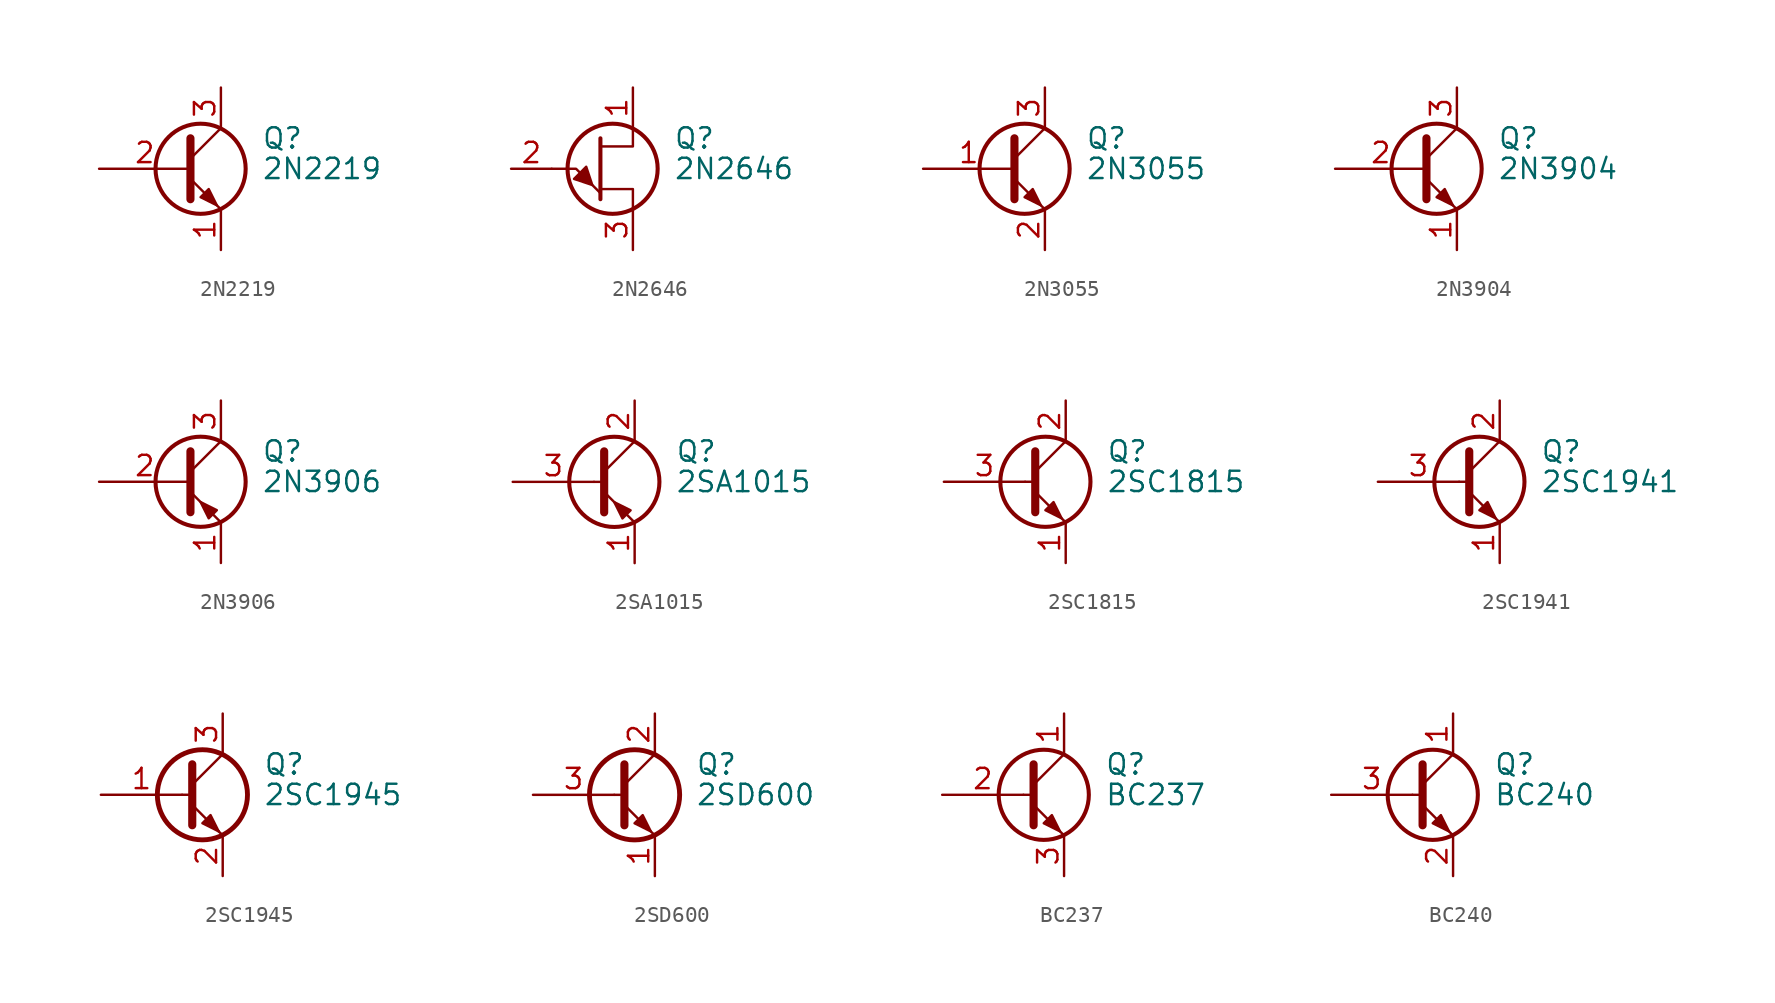
<source format=kicad_sym>
(kicad_symbol_lib
  (version 20220914)
  (generator kicad_symbol_editor)
  (symbol "2N2219"
    (pin_names
      (offset 0) hide)
    (property "Reference" "Q"
      (at 5.08 1.905 0)
      (effects (font (size 1.27 1.27)) (justify left)))
    (property "Value" "2N2219"
      (at 5.08 0 0)
      (effects (font (size 1.27 1.27)) (justify left)))
    (symbol "2N2219_0_1"
      (polyline (pts (xy 0.635 0.635) (xy 2.54 2.54)) (stroke (width 0) (type default)) (fill (type none)))
      (polyline (pts (xy 0.635 -0.635) (xy 2.54 -2.54) (xy 2.54 -2.54)) (stroke (width 0) (type default)) (fill (type none)))
      (polyline (pts (xy 0.635 1.905) (xy 0.635 -1.905) (xy 0.635 -1.905)) (stroke (width 0.508) (type default)) (fill (type none)))
      (polyline (pts (xy 1.27 -1.778) (xy 1.778 -1.27) (xy 2.286 -2.286) (xy 1.27 -1.778) (xy 1.27 -1.778)) (stroke (width 0) (type default)) (fill (type outline)))
      (circle (center 1.27 0) (radius 2.819) (stroke (width 0.254) (type default)) (fill (type none))))
    (symbol "2N2219_1_1"
      (pin passive line (at 2.54 -5.08 90) (length 2.54) (name "E" (effects (font (size 1.27 1.27)))) (number "1" (effects (font (size 1.27 1.27)))))
      (pin passive line (at -5.08 0 0) (length 5.715) (name "B" (effects (font (size 1.27 1.27)))) (number "2" (effects (font (size 1.27 1.27)))))
      (pin passive line (at 2.54 5.08 270) (length 2.54) (name "C" (effects (font (size 1.27 1.27)))) (number "3" (effects (font (size 1.27 1.27)))))))
  (symbol "2N2646"
    (pin_names
      (offset 0) hide)
    (property "Reference" "Q"
      (at 5.08 1.905 0)
      (effects (font (size 1.27 1.27)) (justify left)))
    (property "Value" "2N2646"
      (at 5.08 0 0)
      (effects (font (size 1.27 1.27)) (justify left)))
    (symbol "2N2646_0_1"
      (polyline (pts (xy -2.54 0) (xy -1.016 0) (xy 0.508 -1.524)) (stroke (width 0) (type default)) (fill (type none)))
      (polyline (pts (xy 0.508 1.905) (xy 0.508 -1.905) (xy 0.508 -1.905)) (stroke (width 0.254) (type default)) (fill (type none)))
      (polyline (pts (xy 2.54 -2.54) (xy 2.54 -1.27) (xy 0.508 -1.27)) (stroke (width 0) (type default)) (fill (type none)))
      (polyline (pts (xy 2.54 2.54) (xy 2.54 1.397) (xy 0.508 1.397)) (stroke (width 0) (type default)) (fill (type none)))
      (polyline (pts (xy 0 -1.016) (xy -0.381 0.127) (xy -1.143 -0.635) (xy 0 -1.016)) (stroke (width 0) (type default)) (fill (type outline)))
      (circle (center 1.27 0) (radius 2.819) (stroke (width 0.254) (type default)) (fill (type none))))
    (symbol "2N2646_1_1"
      (pin passive line (at 2.54 5.08 270) (length 2.54) (name "B2" (effects (font (size 1.27 1.27)))) (number "1" (effects (font (size 1.27 1.27)))))
      (pin input line (at -5.08 0 0) (length 2.54) (name "E" (effects (font (size 1.27 1.27)))) (number "2" (effects (font (size 1.27 1.27)))))
      (pin passive line (at 2.54 -5.08 90) (length 2.54) (name "B1" (effects (font (size 1.27 1.27)))) (number "3" (effects (font (size 1.27 1.27)))))))
  (symbol "2N3055"
    (pin_names
      (offset 0) hide)
    (property "Reference" "Q"
      (at 5.08 1.905 0)
      (effects (font (size 1.27 1.27)) (justify left)))
    (property "Value" "2N3055"
      (at 5.08 0 0)
      (effects (font (size 1.27 1.27)) (justify left)))
    (symbol "2N3055_0_1"
      (polyline (pts (xy 0.635 0.635) (xy 2.54 2.54)) (stroke (width 0) (type default)) (fill (type none)))
      (polyline (pts (xy 0.635 -0.635) (xy 2.54 -2.54) (xy 2.54 -2.54)) (stroke (width 0) (type default)) (fill (type none)))
      (polyline (pts (xy 0.635 1.905) (xy 0.635 -1.905) (xy 0.635 -1.905)) (stroke (width 0.508) (type default)) (fill (type none)))
      (polyline (pts (xy 1.27 -1.778) (xy 1.778 -1.27) (xy 2.286 -2.286) (xy 1.27 -1.778) (xy 1.27 -1.778)) (stroke (width 0) (type default)) (fill (type outline)))
      (circle (center 1.27 0) (radius 2.819) (stroke (width 0.254) (type default)) (fill (type none))))
    (symbol "2N3055_1_1"
      (pin input line (at -5.08 0 0) (length 5.715) (name "B" (effects (font (size 1.27 1.27)))) (number "1" (effects (font (size 1.27 1.27)))))
      (pin passive line (at 2.54 -5.08 90) (length 2.54) (name "E" (effects (font (size 1.27 1.27)))) (number "2" (effects (font (size 1.27 1.27)))))
      (pin passive line (at 2.54 5.08 270) (length 2.54) (name "C" (effects (font (size 1.27 1.27)))) (number "3" (effects (font (size 1.27 1.27)))))))
  (symbol "2N3904"
    (pin_names
      (offset 0) hide)
    (property "Reference" "Q"
      (at 5.08 1.905 0)
      (effects (font (size 1.27 1.27)) (justify left)))
    (property "Value" "2N3904"
      (at 5.08 0 0)
      (effects (font (size 1.27 1.27)) (justify left)))
    (symbol "2N3904_0_1"
      (polyline (pts (xy 0.635 0.635) (xy 2.54 2.54)) (stroke (width 0) (type default)) (fill (type none)))
      (polyline (pts (xy 0.635 -0.635) (xy 2.54 -2.54) (xy 2.54 -2.54)) (stroke (width 0) (type default)) (fill (type none)))
      (polyline (pts (xy 0.635 1.905) (xy 0.635 -1.905) (xy 0.635 -1.905)) (stroke (width 0.508) (type default)) (fill (type none)))
      (polyline (pts (xy 1.27 -1.778) (xy 1.778 -1.27) (xy 2.286 -2.286) (xy 1.27 -1.778) (xy 1.27 -1.778)) (stroke (width 0) (type default)) (fill (type outline)))
      (circle (center 1.27 0) (radius 2.819) (stroke (width 0.254) (type default)) (fill (type none))))
    (symbol "2N3904_1_1"
      (pin passive line (at 2.54 -5.08 90) (length 2.54) (name "E" (effects (font (size 1.27 1.27)))) (number "1" (effects (font (size 1.27 1.27)))))
      (pin passive line (at -5.08 0 0) (length 5.715) (name "B" (effects (font (size 1.27 1.27)))) (number "2" (effects (font (size 1.27 1.27)))))
      (pin passive line (at 2.54 5.08 270) (length 2.54) (name "C" (effects (font (size 1.27 1.27)))) (number "3" (effects (font (size 1.27 1.27)))))))
  (symbol "2N3906"
    (pin_names
      (offset 0) hide)
    (property "Reference" "Q"
      (at 5.08 1.905 0)
      (effects (font (size 1.27 1.27)) (justify left)))
    (property "Value" "2N3906"
      (at 5.08 0 0)
      (effects (font (size 1.27 1.27)) (justify left)))
    (symbol "2N3906_0_1"
      (polyline (pts (xy 0.635 0.635) (xy 2.54 2.54)) (stroke (width 0) (type default)) (fill (type none)))
      (polyline (pts (xy 0.635 -0.635) (xy 2.54 -2.54) (xy 2.54 -2.54)) (stroke (width 0) (type default)) (fill (type none)))
      (polyline (pts (xy 0.635 1.905) (xy 0.635 -1.905) (xy 0.635 -1.905)) (stroke (width 0.508) (type default)) (fill (type none)))
      (polyline (pts (xy 2.286 -1.778) (xy 1.778 -2.286) (xy 1.27 -1.27) (xy 2.286 -1.778) (xy 2.286 -1.778)) (stroke (width 0) (type default)) (fill (type outline)))
      (circle (center 1.27 0) (radius 2.819) (stroke (width 0.254) (type default)) (fill (type none))))
    (symbol "2N3906_1_1"
      (pin passive line (at 2.54 -5.08 90) (length 2.54) (name "E" (effects (font (size 1.27 1.27)))) (number "1" (effects (font (size 1.27 1.27)))))
      (pin input line (at -5.08 0 0) (length 5.715) (name "B" (effects (font (size 1.27 1.27)))) (number "2" (effects (font (size 1.27 1.27)))))
      (pin passive line (at 2.54 5.08 270) (length 2.54) (name "C" (effects (font (size 1.27 1.27)))) (number "3" (effects (font (size 1.27 1.27)))))))
  (symbol "2SA1015"
    (pin_names
      (offset 0) hide)
    (property "Reference" "Q"
      (at 5.08 1.905 0)
      (effects (font (size 1.27 1.27)) (justify left)))
    (property "Value" "2SA1015"
      (at 5.08 0 0)
      (effects (font (size 1.27 1.27)) (justify left)))
    (symbol "2SA1015_0_1"
      (polyline (pts (xy 0 0) (xy 0.635 0)) (stroke (width 0) (type default)) (fill (type none)))
      (polyline (pts (xy 2.54 -2.54) (xy 0.635 -0.635)) (stroke (width 0) (type default)) (fill (type none)))
      (polyline (pts (xy 2.54 2.54) (xy 0.635 0.635)) (stroke (width 0) (type default)) (fill (type none)))
      (polyline (pts (xy 0.635 1.905) (xy 0.635 -1.905) (xy 0.635 -1.905)) (stroke (width 0.508) (type default)) (fill (type outline)))
      (polyline (pts (xy 1.778 -2.286) (xy 2.286 -1.778) (xy 1.27 -1.27) (xy 1.778 -2.286) (xy 1.778 -2.286)) (stroke (width 0) (type default)) (fill (type outline)))
      (circle (center 1.27 0) (radius 2.819) (stroke (width 0.254) (type default)) (fill (type none))))
    (symbol "2SA1015_1_1"
      (pin passive line (at 2.54 -5.08 90) (length 2.54) (name "E" (effects (font (size 1.27 1.27)))) (number "1" (effects (font (size 1.27 1.27)))))
      (pin passive line (at 2.54 5.08 270) (length 2.54) (name "C" (effects (font (size 1.27 1.27)))) (number "2" (effects (font (size 1.27 1.27)))))
      (pin input line (at -5.08 0 0) (length 5.08) (name "B" (effects (font (size 1.27 1.27)))) (number "3" (effects (font (size 1.27 1.27)))))))
  (symbol "2SC1815"
    (pin_names
      (offset 0) hide)
    (property "Reference" "Q"
      (at 5.08 1.905 0)
      (effects (font (size 1.27 1.27)) (justify left)))
    (property "Value" "2SC1815"
      (at 5.08 0 0)
      (effects (font (size 1.27 1.27)) (justify left)))
    (symbol "2SC1815_0_1"
      (polyline (pts (xy 0 0) (xy 0.508 0)) (stroke (width 0) (type default)) (fill (type none)))
      (polyline (pts (xy 0.635 0.635) (xy 2.54 2.54)) (stroke (width 0) (type default)) (fill (type none)))
      (polyline (pts (xy 0.635 -0.635) (xy 2.54 -2.54) (xy 2.54 -2.54)) (stroke (width 0) (type default)) (fill (type none)))
      (polyline (pts (xy 0.635 1.905) (xy 0.635 -1.905) (xy 0.635 -1.905)) (stroke (width 0.508) (type default)) (fill (type none)))
      (polyline (pts (xy 1.27 -1.778) (xy 1.778 -1.27) (xy 2.286 -2.286) (xy 1.27 -1.778) (xy 1.27 -1.778)) (stroke (width 0) (type default)) (fill (type outline)))
      (circle (center 1.27 0) (radius 2.819) (stroke (width 0.254) (type default)) (fill (type none))))
    (symbol "2SC1815_1_1"
      (pin passive line (at 2.54 -5.08 90) (length 2.54) (name "E" (effects (font (size 1.27 1.27)))) (number "1" (effects (font (size 1.27 1.27)))))
      (pin passive line (at 2.54 5.08 270) (length 2.54) (name "C" (effects (font (size 1.27 1.27)))) (number "2" (effects (font (size 1.27 1.27)))))
      (pin input line (at -5.08 0 0) (length 5.08) (name "B" (effects (font (size 1.27 1.27)))) (number "3" (effects (font (size 1.27 1.27)))))))
  (symbol "2SC1941"
    (pin_names
      (offset 0) hide)
    (property "Reference" "Q"
      (at 5.08 1.905 0)
      (effects (font (size 1.27 1.27)) (justify left)))
    (property "Value" "2SC1941"
      (at 5.08 0 0)
      (effects (font (size 1.27 1.27)) (justify left)))
    (symbol "2SC1941_0_1"
      (polyline (pts (xy 0 0) (xy 0.635 0)) (stroke (width 0) (type default)) (fill (type none)))
      (polyline (pts (xy 0.635 0.635) (xy 2.54 2.54)) (stroke (width 0) (type default)) (fill (type none)))
      (polyline (pts (xy 0.635 -0.635) (xy 2.54 -2.54) (xy 2.54 -2.54)) (stroke (width 0) (type default)) (fill (type none)))
      (polyline (pts (xy 0.635 1.905) (xy 0.635 -1.905) (xy 0.635 -1.905)) (stroke (width 0.508) (type default)) (fill (type none)))
      (polyline (pts (xy 1.27 -1.778) (xy 1.778 -1.27) (xy 2.286 -2.286) (xy 1.27 -1.778) (xy 1.27 -1.778)) (stroke (width 0) (type default)) (fill (type outline)))
      (circle (center 1.27 0) (radius 2.819) (stroke (width 0.254) (type default)) (fill (type none))))
    (symbol "2SC1941_1_1"
      (pin passive line (at 2.54 -5.08 90) (length 2.54) (name "E" (effects (font (size 1.27 1.27)))) (number "1" (effects (font (size 1.27 1.27)))))
      (pin passive line (at 2.54 5.08 270) (length 2.54) (name "C" (effects (font (size 1.27 1.27)))) (number "2" (effects (font (size 1.27 1.27)))))
      (pin input line (at -5.08 0 0) (length 5.08) (name "B" (effects (font (size 1.27 1.27)))) (number "3" (effects (font (size 1.27 1.27)))))))
  (symbol "2SC1945"
    (pin_names
      (offset 0) hide)
    (property "Reference" "Q"
      (at 5.08 1.905 0)
      (effects (font (size 1.27 1.27)) (justify left)))
    (property "Value" "2SC1945"
      (at 5.08 0 0)
      (effects (font (size 1.27 1.27)) (justify left)))
    (symbol "2SC1945_0_1"
      (polyline (pts (xy 0 0) (xy 0.635 0)) (stroke (width 0) (type default)) (fill (type none)))
      (polyline (pts (xy 2.54 2.54) (xy 0.635 0.635)) (stroke (width 0) (type default)) (fill (type none)))
      (polyline (pts (xy 0.635 1.905) (xy 0.635 -1.905) (xy 0.635 -1.905)) (stroke (width 0.508) (type default)) (fill (type none)))
      (polyline (pts (xy 2.286 -2.286) (xy 1.778 -1.778) (xy 1.778 -1.778)) (stroke (width 0) (type default)) (fill (type none)))
      (polyline (pts (xy 2.54 -2.54) (xy 0.635 -0.635) (xy 1.27 -1.27)) (stroke (width 0) (type default)) (fill (type outline)))
      (polyline (pts (xy 1.27 -1.778) (xy 1.778 -1.27) (xy 2.286 -2.286) (xy 1.27 -1.778) (xy 1.27 -1.778)) (stroke (width 0) (type default)) (fill (type outline)))
      (circle (center 1.27 0) (radius 2.819) (stroke (width 0.305) (type default)) (fill (type none))))
    (symbol "2SC1945_1_1"
      (pin input line (at -5.08 0 0) (length 5.08) (name "B" (effects (font (size 1.27 1.27)))) (number "1" (effects (font (size 1.27 1.27)))))
      (pin passive line (at 2.54 -5.08 90) (length 2.54) (name "E" (effects (font (size 1.27 1.27)))) (number "2" (effects (font (size 1.27 1.27)))))
      (pin passive line (at 2.54 5.08 270) (length 2.54) (name "C" (effects (font (size 1.27 1.27)))) (number "3" (effects (font (size 1.27 1.27)))))))
  (symbol "2SD600"
    (pin_names
      (offset 0) hide)
    (property "Reference" "Q"
      (at 5.08 1.905 0)
      (effects (font (size 1.27 1.27)) (justify left)))
    (property "Value" "2SD600"
      (at 5.08 0 0)
      (effects (font (size 1.27 1.27)) (justify left)))
    (symbol "2SD600_0_1"
      (polyline (pts (xy 0 0) (xy 0.635 0)) (stroke (width 0) (type default)) (fill (type none)))
      (polyline (pts (xy 2.54 -2.54) (xy 0.635 -0.635)) (stroke (width 0) (type default)) (fill (type none)))
      (polyline (pts (xy 2.54 2.54) (xy 0.635 0.635)) (stroke (width 0) (type default)) (fill (type none)))
      (polyline (pts (xy 0.635 1.905) (xy 0.635 -1.905) (xy 0.635 -1.905)) (stroke (width 0.508) (type default)) (fill (type outline)))
      (polyline (pts (xy 1.27 -1.778) (xy 1.778 -1.27) (xy 2.286 -2.286) (xy 1.27 -1.778) (xy 1.27 -1.778)) (stroke (width 0) (type default)) (fill (type outline)))
      (circle (center 1.27 0) (radius 2.819) (stroke (width 0.305) (type default)) (fill (type none))))
    (symbol "2SD600_1_1"
      (pin passive line (at 2.54 -5.08 90) (length 2.54) (name "E" (effects (font (size 1.27 1.27)))) (number "1" (effects (font (size 1.27 1.27)))))
      (pin passive line (at 2.54 5.08 270) (length 2.54) (name "C" (effects (font (size 1.27 1.27)))) (number "2" (effects (font (size 1.27 1.27)))))
      (pin input line (at -5.08 0 0) (length 5.08) (name "B" (effects (font (size 1.27 1.27)))) (number "3" (effects (font (size 1.27 1.27)))))))
  (symbol "BC237"
    (pin_names
      (offset 0) hide)
    (property "Reference" "Q"
      (at 5.08 1.905 0)
      (effects (font (size 1.27 1.27)) (justify left)))
    (property "Value" "BC237"
      (at 5.08 0 0)
      (effects (font (size 1.27 1.27)) (justify left)))
    (symbol "BC237_0_1"
      (polyline (pts (xy 0 0) (xy 0.635 0)) (stroke (width 0) (type default)) (fill (type none)))
      (polyline (pts (xy 0.635 0.635) (xy 2.54 2.54)) (stroke (width 0) (type default)) (fill (type none)))
      (polyline (pts (xy 0.635 -0.635) (xy 2.54 -2.54) (xy 2.54 -2.54)) (stroke (width 0) (type default)) (fill (type none)))
      (polyline (pts (xy 0.635 1.905) (xy 0.635 -1.905) (xy 0.635 -1.905)) (stroke (width 0.508) (type default)) (fill (type none)))
      (polyline (pts (xy 1.27 -1.778) (xy 1.778 -1.27) (xy 2.286 -2.286) (xy 1.27 -1.778) (xy 1.27 -1.778)) (stroke (width 0) (type default)) (fill (type outline)))
      (circle (center 1.27 0) (radius 2.819) (stroke (width 0.254) (type default)) (fill (type none))))
    (symbol "BC237_1_1"
      (pin passive line (at 2.54 5.08 270) (length 2.54) (name "C" (effects (font (size 1.27 1.27)))) (number "1" (effects (font (size 1.27 1.27)))))
      (pin input line (at -5.08 0 0) (length 5.08) (name "B" (effects (font (size 1.27 1.27)))) (number "2" (effects (font (size 1.27 1.27)))))
      (pin passive line (at 2.54 -5.08 90) (length 2.54) (name "E" (effects (font (size 1.27 1.27)))) (number "3" (effects (font (size 1.27 1.27)))))))
  (symbol "BC240"
    (pin_names
      (offset 0) hide)
    (property "Reference" "Q"
      (at 5.08 1.905 0)
      (effects (font (size 1.27 1.27)) (justify left)))
    (property "Value" "BC240"
      (at 5.08 0 0)
      (effects (font (size 1.27 1.27)) (justify left)))
    (symbol "BC240_0_1"
      (polyline (pts (xy 0 0) (xy 0.635 0)) (stroke (width 0) (type default)) (fill (type none)))
      (polyline (pts (xy 0.635 0.635) (xy 2.54 2.54)) (stroke (width 0) (type default)) (fill (type none)))
      (polyline (pts (xy 0.635 -0.635) (xy 2.54 -2.54) (xy 2.54 -2.54)) (stroke (width 0) (type default)) (fill (type none)))
      (polyline (pts (xy 0.635 1.905) (xy 0.635 -1.905) (xy 0.635 -1.905)) (stroke (width 0.508) (type default)) (fill (type none)))
      (polyline (pts (xy 1.27 -1.778) (xy 1.778 -1.27) (xy 2.286 -2.286) (xy 1.27 -1.778) (xy 1.27 -1.778)) (stroke (width 0) (type default)) (fill (type outline)))
      (circle (center 1.27 0) (radius 2.819) (stroke (width 0.254) (type default)) (fill (type none))))
    (symbol "BC240_1_1"
      (pin passive line (at 2.54 5.08 270) (length 2.54) (name "C" (effects (font (size 1.27 1.27)))) (number "1" (effects (font (size 1.27 1.27)))))
      (pin passive line (at 2.54 -5.08 90) (length 2.54) (name "E" (effects (font (size 1.27 1.27)))) (number "2" (effects (font (size 1.27 1.27)))))
      (pin input line (at -5.08 0 0) (length 5.08) (name "B" (effects (font (size 1.27 1.27)))) (number "3" (effects (font (size 1.27 1.27))))))))
</source>
